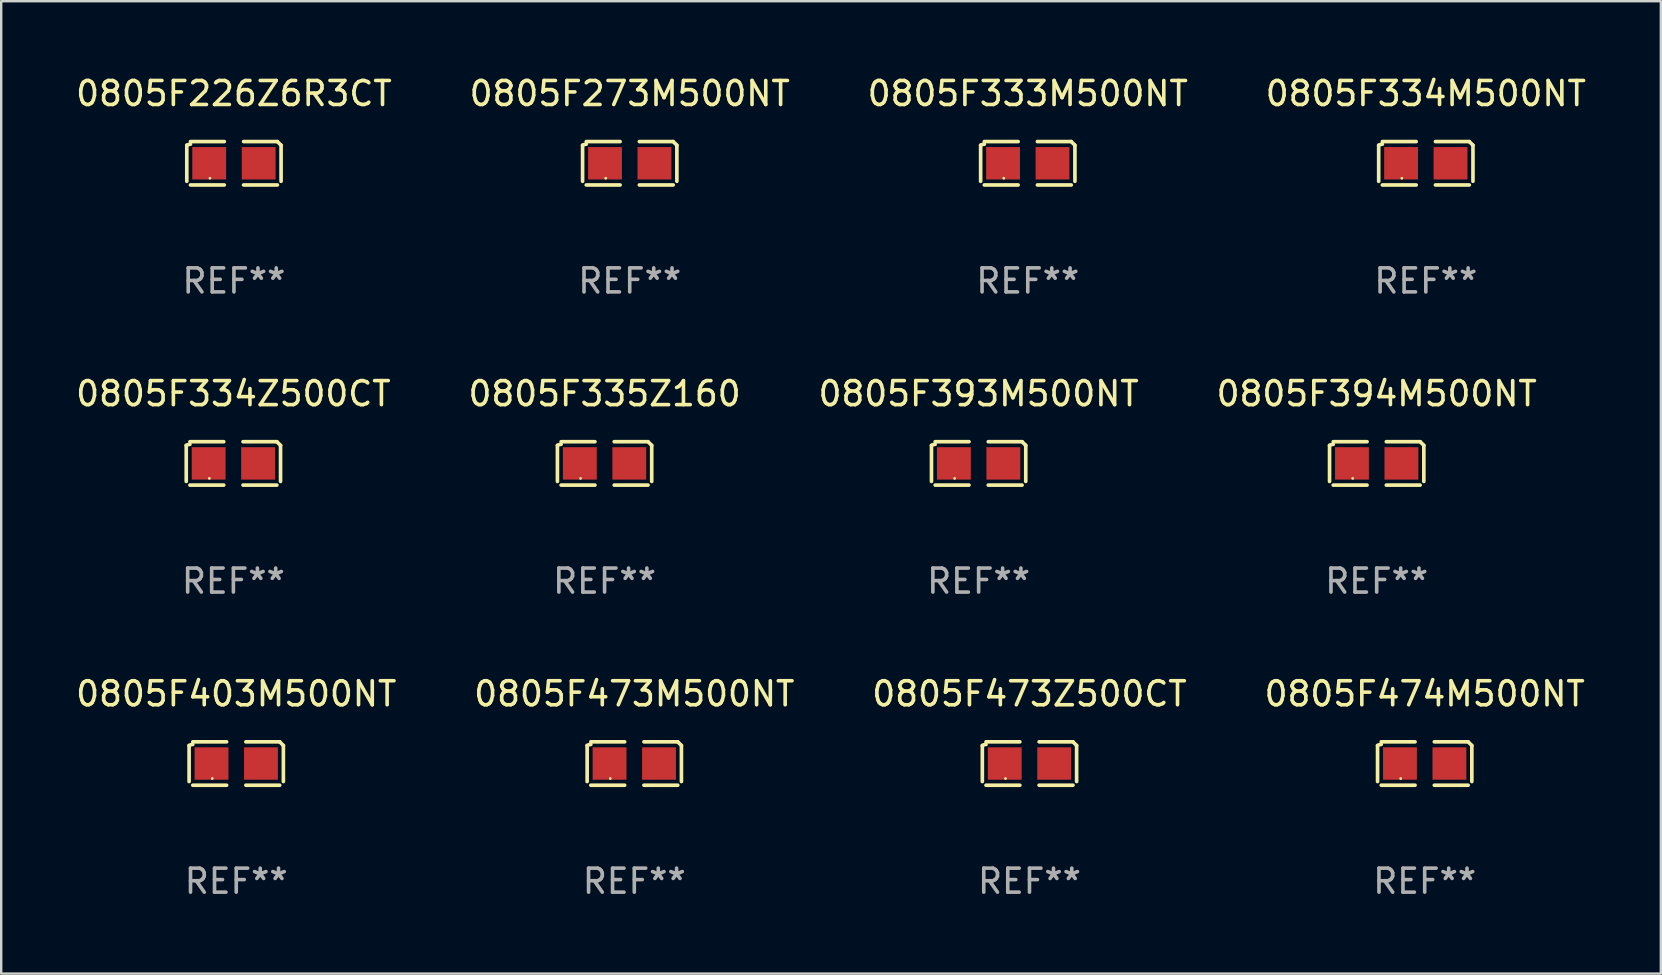
<source format=kicad_pcb>
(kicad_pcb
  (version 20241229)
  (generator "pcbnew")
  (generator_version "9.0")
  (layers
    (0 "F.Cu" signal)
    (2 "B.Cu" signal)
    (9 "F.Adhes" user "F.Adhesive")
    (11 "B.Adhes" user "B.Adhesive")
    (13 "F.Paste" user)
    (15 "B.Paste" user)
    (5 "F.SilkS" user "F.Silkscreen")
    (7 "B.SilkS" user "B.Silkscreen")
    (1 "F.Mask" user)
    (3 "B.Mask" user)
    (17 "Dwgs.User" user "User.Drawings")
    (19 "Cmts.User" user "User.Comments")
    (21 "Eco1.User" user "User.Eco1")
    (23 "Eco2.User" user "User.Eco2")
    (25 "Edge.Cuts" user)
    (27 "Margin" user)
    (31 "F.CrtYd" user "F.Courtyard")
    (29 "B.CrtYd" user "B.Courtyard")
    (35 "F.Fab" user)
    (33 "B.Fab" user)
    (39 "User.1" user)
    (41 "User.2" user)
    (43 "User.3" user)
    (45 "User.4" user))
  (footprint "0805F394M500NT"
    (layer "F.Cu")
    (at 54.304 16.256)
    (property "Reference" "0805F394M500NT" (at 0 -2.904 0) (layer "F.SilkS") (effects (font (size 1 1) (thickness 0.15))))
    (attr through_hole)
    (fp_line (start -1.964 0.751) (end -1.964 -0.751) (stroke (width 0.152) (type solid)) (layer "F.SilkS"))
    (fp_line (start -1.811 -0.904) (end -0.401 -0.904) (stroke (width 0.152) (type solid)) (layer "F.SilkS"))
    (fp_line (start -0.401 0.904) (end -1.811 0.904) (stroke (width 0.152) (type solid)) (layer "F.SilkS"))
    (fp_line (start 0.401 0.904) (end 1.811 0.904) (stroke (width 0.152) (type solid)) (layer "F.SilkS"))
    (fp_line (start 1.811 -0.904) (end 0.401 -0.904) (stroke (width 0.152) (type solid)) (layer "F.SilkS"))
    (fp_line (start 1.964 0.751) (end 1.964 -0.751) (stroke (width 0.152) (type solid)) (layer "F.SilkS"))
    (fp_arc (start -1.963602 -0.751207) (mid -1.890354 -0.783131) (end -1.811201 -0.794044) (stroke (width 0.1524) (type solid)) (layer "F.SilkS"))
    (fp_arc (start 1.811202 -0.903607) (mid 1.887413 -0.827418) (end 1.963602 -0.751207) (stroke (width 0.1524) (type solid)) (layer "F.SilkS"))
    (fp_circle (center -1 0.625) (end -0.97 0.625) (stroke (width 0.06) (type solid)) (fill no) (layer "F.SilkS"))
    (fp_text user "REF**" (at 0 4.904 0) (layer "F.Fab") (effects (font (size 1 1) (thickness 0.15))))
    (pad "1" smd rect (at -1.03 0) (size 1.41 1.35) (layers "F.Cu" "F.Mask" "F.Paste"))
    (pad "2" smd rect (at 1.03 0) (size 1.41 1.35) (layers "F.Cu" "F.Mask" "F.Paste")))
  (footprint "0805F473M500NT"
    (layer "F.Cu")
    (at 23.375 28.759)
    (property "Reference" "0805F473M500NT" (at 0 -2.904 0) (layer "F.SilkS") (effects (font (size 1 1) (thickness 0.15))))
    (attr through_hole)
    (fp_line (start -1.964 0.751) (end -1.964 -0.751) (stroke (width 0.152) (type solid)) (layer "F.SilkS"))
    (fp_line (start -1.811 -0.904) (end -0.401 -0.904) (stroke (width 0.152) (type solid)) (layer "F.SilkS"))
    (fp_line (start -0.401 0.904) (end -1.811 0.904) (stroke (width 0.152) (type solid)) (layer "F.SilkS"))
    (fp_line (start 0.401 0.904) (end 1.811 0.904) (stroke (width 0.152) (type solid)) (layer "F.SilkS"))
    (fp_line (start 1.811 -0.904) (end 0.401 -0.904) (stroke (width 0.152) (type solid)) (layer "F.SilkS"))
    (fp_line (start 1.964 0.751) (end 1.964 -0.751) (stroke (width 0.152) (type solid)) (layer "F.SilkS"))
    (fp_arc (start -1.963602 -0.751207) (mid -1.890354 -0.783131) (end -1.811201 -0.794044) (stroke (width 0.1524) (type solid)) (layer "F.SilkS"))
    (fp_arc (start 1.811202 -0.903607) (mid 1.887413 -0.827418) (end 1.963602 -0.751207) (stroke (width 0.1524) (type solid)) (layer "F.SilkS"))
    (fp_circle (center -1 0.625) (end -0.97 0.625) (stroke (width 0.06) (type solid)) (fill no) (layer "F.SilkS"))
    (fp_text user "REF**" (at 0 4.904 0) (layer "F.Fab") (effects (font (size 1 1) (thickness 0.15))))
    (pad "1" smd rect (at -1.03 0) (size 1.41 1.35) (layers "F.Cu" "F.Mask" "F.Paste"))
    (pad "2" smd rect (at 1.03 0) (size 1.41 1.35) (layers "F.Cu" "F.Mask" "F.Paste")))
  (footprint "0805F334M500NT"
    (layer "F.Cu")
    (at 56.351 3.752)
    (property "Reference" "0805F334M500NT" (at 0 -2.904 0) (layer "F.SilkS") (effects (font (size 1 1) (thickness 0.15))))
    (attr through_hole)
    (fp_line (start -1.964 0.751) (end -1.964 -0.751) (stroke (width 0.152) (type solid)) (layer "F.SilkS"))
    (fp_line (start -1.811 -0.904) (end -0.401 -0.904) (stroke (width 0.152) (type solid)) (layer "F.SilkS"))
    (fp_line (start -0.401 0.904) (end -1.811 0.904) (stroke (width 0.152) (type solid)) (layer "F.SilkS"))
    (fp_line (start 0.401 0.904) (end 1.811 0.904) (stroke (width 0.152) (type solid)) (layer "F.SilkS"))
    (fp_line (start 1.811 -0.904) (end 0.401 -0.904) (stroke (width 0.152) (type solid)) (layer "F.SilkS"))
    (fp_line (start 1.964 0.751) (end 1.964 -0.751) (stroke (width 0.152) (type solid)) (layer "F.SilkS"))
    (fp_arc (start -1.963602 -0.751207) (mid -1.890354 -0.783131) (end -1.811201 -0.794044) (stroke (width 0.1524) (type solid)) (layer "F.SilkS"))
    (fp_arc (start 1.811202 -0.903607) (mid 1.887413 -0.827418) (end 1.963602 -0.751207) (stroke (width 0.1524) (type solid)) (layer "F.SilkS"))
    (fp_circle (center -1 0.625) (end -0.97 0.625) (stroke (width 0.06) (type solid)) (fill no) (layer "F.SilkS"))
    (fp_text user "REF**" (at 0 4.904 0) (layer "F.Fab") (effects (font (size 1 1) (thickness 0.15))))
    (pad "1" smd rect (at -1.03 0) (size 1.41 1.35) (layers "F.Cu" "F.Mask" "F.Paste"))
    (pad "2" smd rect (at 1.03 0) (size 1.41 1.35) (layers "F.Cu" "F.Mask" "F.Paste")))
  (footprint "0805F226Z6R3CT"
    (layer "F.Cu")
    (at 6.696 3.752)
    (property "Reference" "0805F226Z6R3CT" (at 0 -2.904 0) (layer "F.SilkS") (effects (font (size 1 1) (thickness 0.15))))
    (attr through_hole)
    (fp_line (start -1.964 0.751) (end -1.964 -0.751) (stroke (width 0.152) (type solid)) (layer "F.SilkS"))
    (fp_line (start -1.811 -0.904) (end -0.401 -0.904) (stroke (width 0.152) (type solid)) (layer "F.SilkS"))
    (fp_line (start -0.401 0.904) (end -1.811 0.904) (stroke (width 0.152) (type solid)) (layer "F.SilkS"))
    (fp_line (start 0.401 0.904) (end 1.811 0.904) (stroke (width 0.152) (type solid)) (layer "F.SilkS"))
    (fp_line (start 1.811 -0.904) (end 0.401 -0.904) (stroke (width 0.152) (type solid)) (layer "F.SilkS"))
    (fp_line (start 1.964 0.751) (end 1.964 -0.751) (stroke (width 0.152) (type solid)) (layer "F.SilkS"))
    (fp_arc (start -1.963602 -0.751207) (mid -1.890354 -0.783131) (end -1.811201 -0.794044) (stroke (width 0.1524) (type solid)) (layer "F.SilkS"))
    (fp_arc (start 1.811202 -0.903607) (mid 1.887413 -0.827418) (end 1.963602 -0.751207) (stroke (width 0.1524) (type solid)) (layer "F.SilkS"))
    (fp_circle (center -1 0.625) (end -0.97 0.625) (stroke (width 0.06) (type solid)) (fill no) (layer "F.SilkS"))
    (fp_text user "REF**" (at 0 4.904 0) (layer "F.Fab") (effects (font (size 1 1) (thickness 0.15))))
    (pad "1" smd rect (at -1.03 0) (size 1.41 1.35) (layers "F.Cu" "F.Mask" "F.Paste"))
    (pad "2" smd rect (at 1.03 0) (size 1.41 1.35) (layers "F.Cu" "F.Mask" "F.Paste")))
  (footprint "0805F335Z160"
    (layer "F.Cu")
    (at 22.137 16.256)
    (property "Reference" "0805F335Z160" (at 0 -2.904 0) (layer "F.SilkS") (effects (font (size 1 1) (thickness 0.15))))
    (attr through_hole)
    (fp_line (start -1.964 0.751) (end -1.964 -0.751) (stroke (width 0.152) (type solid)) (layer "F.SilkS"))
    (fp_line (start -1.811 -0.904) (end -0.401 -0.904) (stroke (width 0.152) (type solid)) (layer "F.SilkS"))
    (fp_line (start -0.401 0.904) (end -1.811 0.904) (stroke (width 0.152) (type solid)) (layer "F.SilkS"))
    (fp_line (start 0.401 0.904) (end 1.811 0.904) (stroke (width 0.152) (type solid)) (layer "F.SilkS"))
    (fp_line (start 1.811 -0.904) (end 0.401 -0.904) (stroke (width 0.152) (type solid)) (layer "F.SilkS"))
    (fp_line (start 1.964 0.751) (end 1.964 -0.751) (stroke (width 0.152) (type solid)) (layer "F.SilkS"))
    (fp_arc (start -1.963602 -0.751207) (mid -1.890354 -0.783131) (end -1.811201 -0.794044) (stroke (width 0.1524) (type solid)) (layer "F.SilkS"))
    (fp_arc (start 1.811202 -0.903607) (mid 1.887413 -0.827418) (end 1.963602 -0.751207) (stroke (width 0.1524) (type solid)) (layer "F.SilkS"))
    (fp_circle (center -1 0.625) (end -0.97 0.625) (stroke (width 0.06) (type solid)) (fill no) (layer "F.SilkS"))
    (fp_text user "REF**" (at 0 4.904 0) (layer "F.Fab") (effects (font (size 1 1) (thickness 0.15))))
    (pad "1" smd rect (at -1.03 0) (size 1.41 1.35) (layers "F.Cu" "F.Mask" "F.Paste"))
    (pad "2" smd rect (at 1.03 0) (size 1.41 1.35) (layers "F.Cu" "F.Mask" "F.Paste")))
  (footprint "0805F474M500NT"
    (layer "F.Cu")
    (at 56.304 28.759)
    (property "Reference" "0805F474M500NT" (at 0 -2.904 0) (layer "F.SilkS") (effects (font (size 1 1) (thickness 0.15))))
    (attr through_hole)
    (fp_line (start -1.964 0.751) (end -1.964 -0.751) (stroke (width 0.152) (type solid)) (layer "F.SilkS"))
    (fp_line (start -1.811 -0.904) (end -0.401 -0.904) (stroke (width 0.152) (type solid)) (layer "F.SilkS"))
    (fp_line (start -0.401 0.904) (end -1.811 0.904) (stroke (width 0.152) (type solid)) (layer "F.SilkS"))
    (fp_line (start 0.401 0.904) (end 1.811 0.904) (stroke (width 0.152) (type solid)) (layer "F.SilkS"))
    (fp_line (start 1.811 -0.904) (end 0.401 -0.904) (stroke (width 0.152) (type solid)) (layer "F.SilkS"))
    (fp_line (start 1.964 0.751) (end 1.964 -0.751) (stroke (width 0.152) (type solid)) (layer "F.SilkS"))
    (fp_arc (start -1.963602 -0.751207) (mid -1.890354 -0.783131) (end -1.811201 -0.794044) (stroke (width 0.1524) (type solid)) (layer "F.SilkS"))
    (fp_arc (start 1.811202 -0.903607) (mid 1.887413 -0.827418) (end 1.963602 -0.751207) (stroke (width 0.1524) (type solid)) (layer "F.SilkS"))
    (fp_circle (center -1 0.625) (end -0.97 0.625) (stroke (width 0.06) (type solid)) (fill no) (layer "F.SilkS"))
    (fp_text user "REF**" (at 0 4.904 0) (layer "F.Fab") (effects (font (size 1 1) (thickness 0.15))))
    (pad "1" smd rect (at -1.03 0) (size 1.41 1.35) (layers "F.Cu" "F.Mask" "F.Paste"))
    (pad "2" smd rect (at 1.03 0) (size 1.41 1.35) (layers "F.Cu" "F.Mask" "F.Paste")))
  (footprint "0805F393M500NT"
    (layer "F.Cu")
    (at 37.72 16.256)
    (property "Reference" "0805F393M500NT" (at 0 -2.904 0) (layer "F.SilkS") (effects (font (size 1 1) (thickness 0.15))))
    (attr through_hole)
    (fp_line (start -1.964 0.751) (end -1.964 -0.751) (stroke (width 0.152) (type solid)) (layer "F.SilkS"))
    (fp_line (start -1.811 -0.904) (end -0.401 -0.904) (stroke (width 0.152) (type solid)) (layer "F.SilkS"))
    (fp_line (start -0.401 0.904) (end -1.811 0.904) (stroke (width 0.152) (type solid)) (layer "F.SilkS"))
    (fp_line (start 0.401 0.904) (end 1.811 0.904) (stroke (width 0.152) (type solid)) (layer "F.SilkS"))
    (fp_line (start 1.811 -0.904) (end 0.401 -0.904) (stroke (width 0.152) (type solid)) (layer "F.SilkS"))
    (fp_line (start 1.964 0.751) (end 1.964 -0.751) (stroke (width 0.152) (type solid)) (layer "F.SilkS"))
    (fp_arc (start -1.963602 -0.751207) (mid -1.890354 -0.783131) (end -1.811201 -0.794044) (stroke (width 0.1524) (type solid)) (layer "F.SilkS"))
    (fp_arc (start 1.811202 -0.903607) (mid 1.887413 -0.827418) (end 1.963602 -0.751207) (stroke (width 0.1524) (type solid)) (layer "F.SilkS"))
    (fp_circle (center -1 0.625) (end -0.97 0.625) (stroke (width 0.06) (type solid)) (fill no) (layer "F.SilkS"))
    (fp_text user "REF**" (at 0 4.904 0) (layer "F.Fab") (effects (font (size 1 1) (thickness 0.15))))
    (pad "1" smd rect (at -1.03 0) (size 1.41 1.35) (layers "F.Cu" "F.Mask" "F.Paste"))
    (pad "2" smd rect (at 1.03 0) (size 1.41 1.35) (layers "F.Cu" "F.Mask" "F.Paste")))
  (footprint "0805F333M500NT"
    (layer "F.Cu")
    (at 39.768 3.752)
    (property "Reference" "0805F333M500NT" (at 0 -2.904 0) (layer "F.SilkS") (effects (font (size 1 1) (thickness 0.15))))
    (attr through_hole)
    (fp_line (start -1.964 0.751) (end -1.964 -0.751) (stroke (width 0.152) (type solid)) (layer "F.SilkS"))
    (fp_line (start -1.811 -0.904) (end -0.401 -0.904) (stroke (width 0.152) (type solid)) (layer "F.SilkS"))
    (fp_line (start -0.401 0.904) (end -1.811 0.904) (stroke (width 0.152) (type solid)) (layer "F.SilkS"))
    (fp_line (start 0.401 0.904) (end 1.811 0.904) (stroke (width 0.152) (type solid)) (layer "F.SilkS"))
    (fp_line (start 1.811 -0.904) (end 0.401 -0.904) (stroke (width 0.152) (type solid)) (layer "F.SilkS"))
    (fp_line (start 1.964 0.751) (end 1.964 -0.751) (stroke (width 0.152) (type solid)) (layer "F.SilkS"))
    (fp_arc (start -1.963602 -0.751207) (mid -1.890354 -0.783131) (end -1.811201 -0.794044) (stroke (width 0.1524) (type solid)) (layer "F.SilkS"))
    (fp_arc (start 1.811202 -0.903607) (mid 1.887413 -0.827418) (end 1.963602 -0.751207) (stroke (width 0.1524) (type solid)) (layer "F.SilkS"))
    (fp_circle (center -1 0.625) (end -0.97 0.625) (stroke (width 0.06) (type solid)) (fill no) (layer "F.SilkS"))
    (fp_text user "REF**" (at 0 4.904 0) (layer "F.Fab") (effects (font (size 1 1) (thickness 0.15))))
    (pad "1" smd rect (at -1.03 0) (size 1.41 1.35) (layers "F.Cu" "F.Mask" "F.Paste"))
    (pad "2" smd rect (at 1.03 0) (size 1.41 1.35) (layers "F.Cu" "F.Mask" "F.Paste")))
  (footprint "0805F403M500NT"
    (layer "F.Cu")
    (at 6.792 28.759)
    (property "Reference" "0805F403M500NT" (at 0 -2.904 0) (layer "F.SilkS") (effects (font (size 1 1) (thickness 0.15))))
    (attr through_hole)
    (fp_line (start -1.964 0.751) (end -1.964 -0.751) (stroke (width 0.152) (type solid)) (layer "F.SilkS"))
    (fp_line (start -1.811 -0.904) (end -0.401 -0.904) (stroke (width 0.152) (type solid)) (layer "F.SilkS"))
    (fp_line (start -0.401 0.904) (end -1.811 0.904) (stroke (width 0.152) (type solid)) (layer "F.SilkS"))
    (fp_line (start 0.401 0.904) (end 1.811 0.904) (stroke (width 0.152) (type solid)) (layer "F.SilkS"))
    (fp_line (start 1.811 -0.904) (end 0.401 -0.904) (stroke (width 0.152) (type solid)) (layer "F.SilkS"))
    (fp_line (start 1.964 0.751) (end 1.964 -0.751) (stroke (width 0.152) (type solid)) (layer "F.SilkS"))
    (fp_arc (start -1.963602 -0.751207) (mid -1.890354 -0.783131) (end -1.811201 -0.794044) (stroke (width 0.1524) (type solid)) (layer "F.SilkS"))
    (fp_arc (start 1.811202 -0.903607) (mid 1.887413 -0.827418) (end 1.963602 -0.751207) (stroke (width 0.1524) (type solid)) (layer "F.SilkS"))
    (fp_circle (center -1 0.625) (end -0.97 0.625) (stroke (width 0.06) (type solid)) (fill no) (layer "F.SilkS"))
    (fp_text user "REF**" (at 0 4.904 0) (layer "F.Fab") (effects (font (size 1 1) (thickness 0.15))))
    (pad "1" smd rect (at -1.03 0) (size 1.41 1.35) (layers "F.Cu" "F.Mask" "F.Paste"))
    (pad "2" smd rect (at 1.03 0) (size 1.41 1.35) (layers "F.Cu" "F.Mask" "F.Paste")))
  (footprint "0805F334Z500CT"
    (layer "F.Cu")
    (at 6.673 16.256)
    (property "Reference" "0805F334Z500CT" (at 0 -2.904 0) (layer "F.SilkS") (effects (font (size 1 1) (thickness 0.15))))
    (attr through_hole)
    (fp_line (start -1.964 0.751) (end -1.964 -0.751) (stroke (width 0.152) (type solid)) (layer "F.SilkS"))
    (fp_line (start -1.811 -0.904) (end -0.401 -0.904) (stroke (width 0.152) (type solid)) (layer "F.SilkS"))
    (fp_line (start -0.401 0.904) (end -1.811 0.904) (stroke (width 0.152) (type solid)) (layer "F.SilkS"))
    (fp_line (start 0.401 0.904) (end 1.811 0.904) (stroke (width 0.152) (type solid)) (layer "F.SilkS"))
    (fp_line (start 1.811 -0.904) (end 0.401 -0.904) (stroke (width 0.152) (type solid)) (layer "F.SilkS"))
    (fp_line (start 1.964 0.751) (end 1.964 -0.751) (stroke (width 0.152) (type solid)) (layer "F.SilkS"))
    (fp_arc (start -1.963602 -0.751207) (mid -1.890354 -0.783131) (end -1.811201 -0.794044) (stroke (width 0.1524) (type solid)) (layer "F.SilkS"))
    (fp_arc (start 1.811202 -0.903607) (mid 1.887413 -0.827418) (end 1.963602 -0.751207) (stroke (width 0.1524) (type solid)) (layer "F.SilkS"))
    (fp_circle (center -1 0.625) (end -0.97 0.625) (stroke (width 0.06) (type solid)) (fill no) (layer "F.SilkS"))
    (fp_text user "REF**" (at 0 4.904 0) (layer "F.Fab") (effects (font (size 1 1) (thickness 0.15))))
    (pad "1" smd rect (at -1.03 0) (size 1.41 1.35) (layers "F.Cu" "F.Mask" "F.Paste"))
    (pad "2" smd rect (at 1.03 0) (size 1.41 1.35) (layers "F.Cu" "F.Mask" "F.Paste")))
  (footprint "0805F273M500NT"
    (layer "F.Cu")
    (at 23.185 3.752)
    (property "Reference" "0805F273M500NT" (at 0 -2.904 0) (layer "F.SilkS") (effects (font (size 1 1) (thickness 0.15))))
    (attr through_hole)
    (fp_line (start -1.964 0.751) (end -1.964 -0.751) (stroke (width 0.152) (type solid)) (layer "F.SilkS"))
    (fp_line (start -1.811 -0.904) (end -0.401 -0.904) (stroke (width 0.152) (type solid)) (layer "F.SilkS"))
    (fp_line (start -0.401 0.904) (end -1.811 0.904) (stroke (width 0.152) (type solid)) (layer "F.SilkS"))
    (fp_line (start 0.401 0.904) (end 1.811 0.904) (stroke (width 0.152) (type solid)) (layer "F.SilkS"))
    (fp_line (start 1.811 -0.904) (end 0.401 -0.904) (stroke (width 0.152) (type solid)) (layer "F.SilkS"))
    (fp_line (start 1.964 0.751) (end 1.964 -0.751) (stroke (width 0.152) (type solid)) (layer "F.SilkS"))
    (fp_arc (start -1.963602 -0.751207) (mid -1.890354 -0.783131) (end -1.811201 -0.794044) (stroke (width 0.1524) (type solid)) (layer "F.SilkS"))
    (fp_arc (start 1.811202 -0.903607) (mid 1.887413 -0.827418) (end 1.963602 -0.751207) (stroke (width 0.1524) (type solid)) (layer "F.SilkS"))
    (fp_circle (center -1 0.625) (end -0.97 0.625) (stroke (width 0.06) (type solid)) (fill no) (layer "F.SilkS"))
    (fp_text user "REF**" (at 0 4.904 0) (layer "F.Fab") (effects (font (size 1 1) (thickness 0.15))))
    (pad "1" smd rect (at -1.03 0) (size 1.41 1.35) (layers "F.Cu" "F.Mask" "F.Paste"))
    (pad "2" smd rect (at 1.03 0) (size 1.41 1.35) (layers "F.Cu" "F.Mask" "F.Paste")))
  (footprint "0805F473Z500CT"
    (layer "F.Cu")
    (at 39.839 28.759)
    (property "Reference" "0805F473Z500CT" (at 0 -2.904 0) (layer "F.SilkS") (effects (font (size 1 1) (thickness 0.15))))
    (attr through_hole)
    (fp_line (start -1.964 0.751) (end -1.964 -0.751) (stroke (width 0.152) (type solid)) (layer "F.SilkS"))
    (fp_line (start -1.811 -0.904) (end -0.401 -0.904) (stroke (width 0.152) (type solid)) (layer "F.SilkS"))
    (fp_line (start -0.401 0.904) (end -1.811 0.904) (stroke (width 0.152) (type solid)) (layer "F.SilkS"))
    (fp_line (start 0.401 0.904) (end 1.811 0.904) (stroke (width 0.152) (type solid)) (layer "F.SilkS"))
    (fp_line (start 1.811 -0.904) (end 0.401 -0.904) (stroke (width 0.152) (type solid)) (layer "F.SilkS"))
    (fp_line (start 1.964 0.751) (end 1.964 -0.751) (stroke (width 0.152) (type solid)) (layer "F.SilkS"))
    (fp_arc (start -1.963602 -0.751207) (mid -1.890354 -0.783131) (end -1.811201 -0.794044) (stroke (width 0.1524) (type solid)) (layer "F.SilkS"))
    (fp_arc (start 1.811202 -0.903607) (mid 1.887413 -0.827418) (end 1.963602 -0.751207) (stroke (width 0.1524) (type solid)) (layer "F.SilkS"))
    (fp_circle (center -1 0.625) (end -0.97 0.625) (stroke (width 0.06) (type solid)) (fill no) (layer "F.SilkS"))
    (fp_text user "REF**" (at 0 4.904 0) (layer "F.Fab") (effects (font (size 1 1) (thickness 0.15))))
    (pad "1" smd rect (at -1.03 0) (size 1.41 1.35) (layers "F.Cu" "F.Mask" "F.Paste"))
    (pad "2" smd rect (at 1.03 0) (size 1.41 1.35) (layers "F.Cu" "F.Mask" "F.Paste")))
  (gr_rect
    (start -3 -3)
    (end 66.143 37.511)
    (stroke (width 0.1) (type default))
    (fill no)
    (layer "Edge.Cuts")))
</source>
